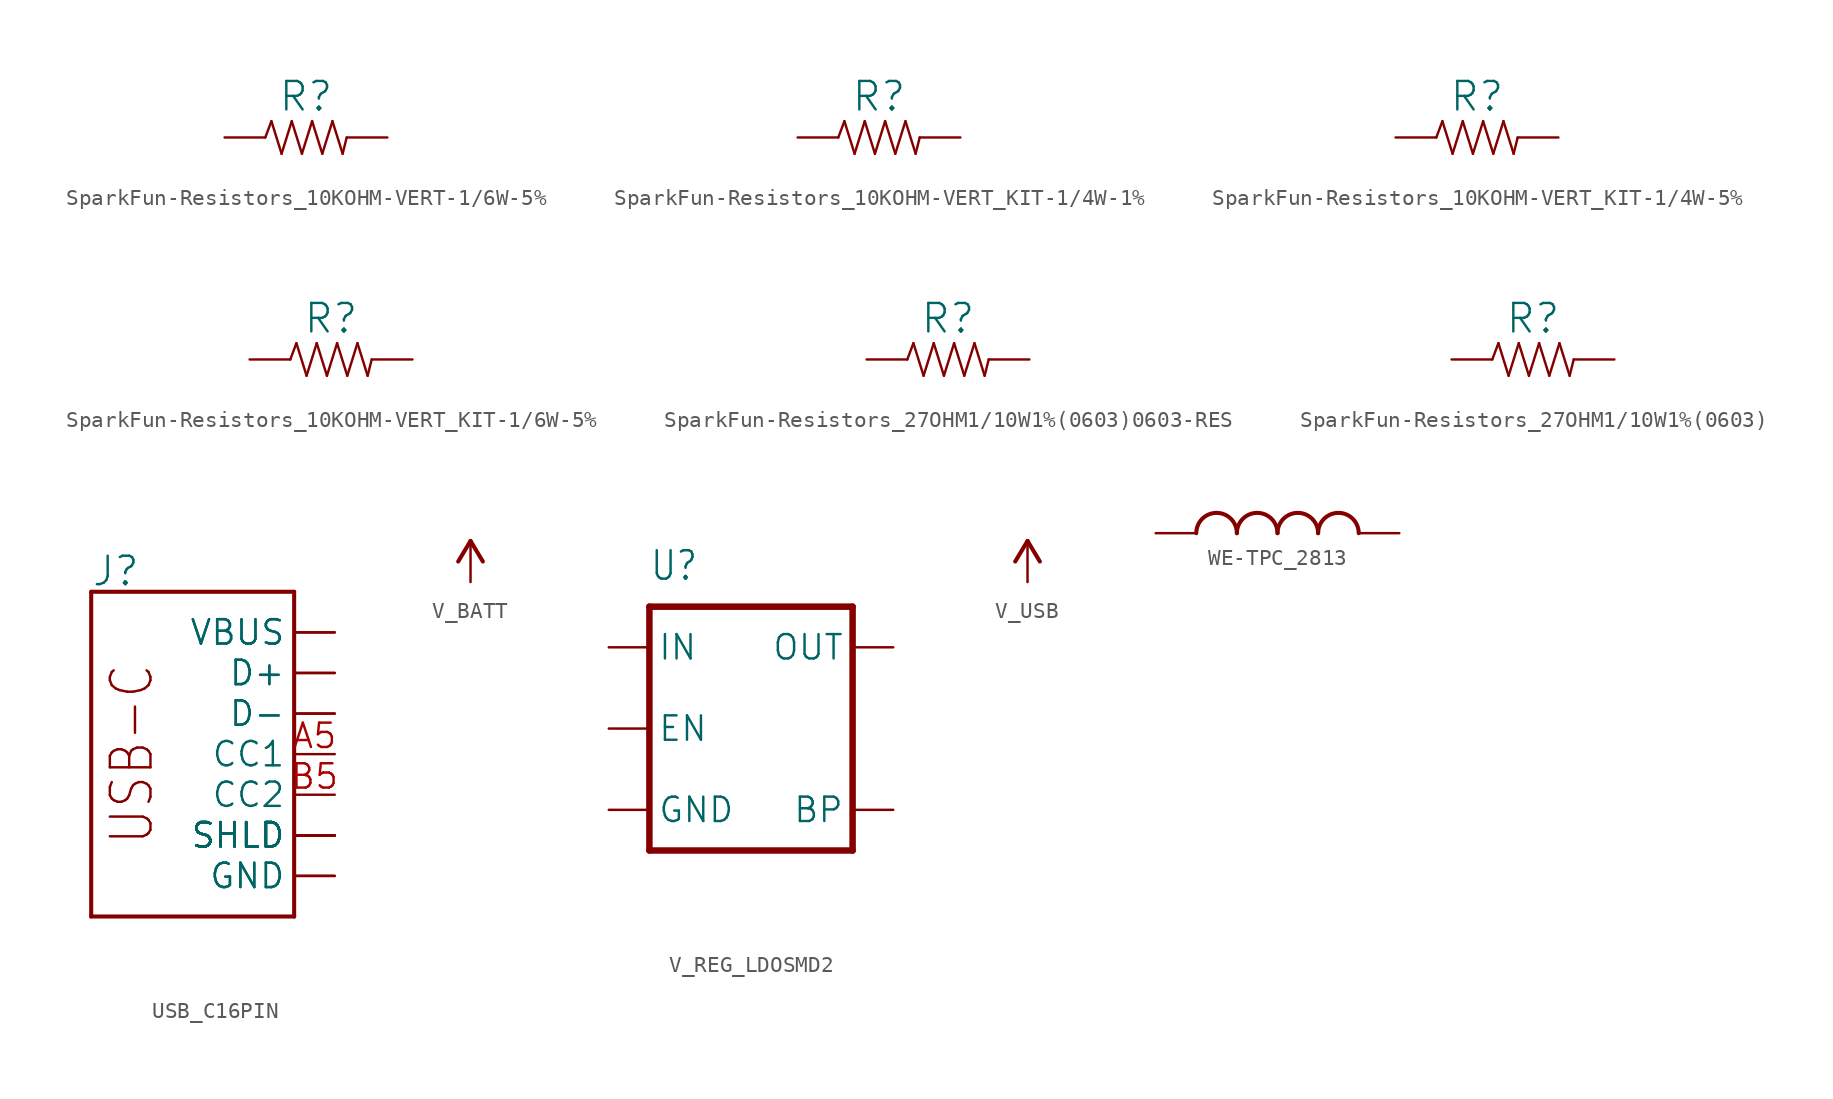
<source format=kicad_sym>
(kicad_symbol_lib
  (version 20241209)
  (generator "kicad_symbol_editor")
  (generator_version "9.0")
  (symbol "SparkFun-Resistors_10KOHM-VERT-1/6W-5%"
    (property "Reference" "R"
      (at 0 1.524 0)
      (effects (font (size 1.778 1.778)) (justify bottom)))
    (property "Value" ""
      (at 0 -1.524 0)
      (effects (font (size 1.778 1.778)) (justify top)))
    (property "ki_locked" ""
      (at 0 0 0)
      (effects (font (size 1.27 1.27))))
    (symbol "SparkFun-Resistors_10KOHM-VERT-1/6W-5%_1_0"
      (polyline (pts (xy -2.54 0) (xy -2.159 1.016)) (stroke (width 0.152) (type solid)) (fill (type none)))
      (polyline (pts (xy -2.159 1.016) (xy -1.524 -1.016)) (stroke (width 0.152) (type solid)) (fill (type none)))
      (polyline (pts (xy -1.524 -1.016) (xy -0.889 1.016)) (stroke (width 0.152) (type solid)) (fill (type none)))
      (polyline (pts (xy -0.889 1.016) (xy -0.254 -1.016)) (stroke (width 0.152) (type solid)) (fill (type none)))
      (polyline (pts (xy -0.254 -1.016) (xy 0.381 1.016)) (stroke (width 0.152) (type solid)) (fill (type none)))
      (polyline (pts (xy 0.381 1.016) (xy 1.016 -1.016)) (stroke (width 0.152) (type solid)) (fill (type none)))
      (polyline (pts (xy 1.016 -1.016) (xy 1.651 1.016)) (stroke (width 0.152) (type solid)) (fill (type none)))
      (polyline (pts (xy 1.651 1.016) (xy 2.286 -1.016)) (stroke (width 0.152) (type solid)) (fill (type none)))
      (polyline (pts (xy 2.286 -1.016) (xy 2.54 0)) (stroke (width 0.152) (type solid)) (fill (type none)))
      (pin passive line (at -5.08 0 0) (length 2.54) (name "1" (effects (font (size 0 0)))) (number "P$1" (effects (font (size 0 0)))))
      (pin passive line (at 5.08 0 180) (length 2.54) (name "2" (effects (font (size 0 0)))) (number "P$2" (effects (font (size 0 0)))))))
  (symbol "SparkFun-Resistors_10KOHM-VERT_KIT-1/4W-1%"
    (property "Reference" "R"
      (at 0 1.524 0)
      (effects (font (size 1.778 1.778)) (justify bottom)))
    (property "Value" ""
      (at 0 -1.524 0)
      (effects (font (size 1.778 1.778)) (justify top)))
    (property "ki_locked" ""
      (at 0 0 0)
      (effects (font (size 1.27 1.27))))
    (symbol "SparkFun-Resistors_10KOHM-VERT_KIT-1/4W-1%_1_0"
      (polyline (pts (xy -2.54 0) (xy -2.159 1.016)) (stroke (width 0.152) (type solid)) (fill (type none)))
      (polyline (pts (xy -2.159 1.016) (xy -1.524 -1.016)) (stroke (width 0.152) (type solid)) (fill (type none)))
      (polyline (pts (xy -1.524 -1.016) (xy -0.889 1.016)) (stroke (width 0.152) (type solid)) (fill (type none)))
      (polyline (pts (xy -0.889 1.016) (xy -0.254 -1.016)) (stroke (width 0.152) (type solid)) (fill (type none)))
      (polyline (pts (xy -0.254 -1.016) (xy 0.381 1.016)) (stroke (width 0.152) (type solid)) (fill (type none)))
      (polyline (pts (xy 0.381 1.016) (xy 1.016 -1.016)) (stroke (width 0.152) (type solid)) (fill (type none)))
      (polyline (pts (xy 1.016 -1.016) (xy 1.651 1.016)) (stroke (width 0.152) (type solid)) (fill (type none)))
      (polyline (pts (xy 1.651 1.016) (xy 2.286 -1.016)) (stroke (width 0.152) (type solid)) (fill (type none)))
      (polyline (pts (xy 2.286 -1.016) (xy 2.54 0)) (stroke (width 0.152) (type solid)) (fill (type none)))
      (pin passive line (at -5.08 0 0) (length 2.54) (name "1" (effects (font (size 0 0)))) (number "P$1" (effects (font (size 0 0)))))
      (pin passive line (at 5.08 0 180) (length 2.54) (name "2" (effects (font (size 0 0)))) (number "P$2" (effects (font (size 0 0)))))))
  (symbol "SparkFun-Resistors_10KOHM-VERT_KIT-1/4W-5%"
    (property "Reference" "R"
      (at 0 1.524 0)
      (effects (font (size 1.778 1.778)) (justify bottom)))
    (property "Value" ""
      (at 0 -1.524 0)
      (effects (font (size 1.778 1.778)) (justify top)))
    (property "ki_locked" ""
      (at 0 0 0)
      (effects (font (size 1.27 1.27))))
    (symbol "SparkFun-Resistors_10KOHM-VERT_KIT-1/4W-5%_1_0"
      (polyline (pts (xy -2.54 0) (xy -2.159 1.016)) (stroke (width 0.152) (type solid)) (fill (type none)))
      (polyline (pts (xy -2.159 1.016) (xy -1.524 -1.016)) (stroke (width 0.152) (type solid)) (fill (type none)))
      (polyline (pts (xy -1.524 -1.016) (xy -0.889 1.016)) (stroke (width 0.152) (type solid)) (fill (type none)))
      (polyline (pts (xy -0.889 1.016) (xy -0.254 -1.016)) (stroke (width 0.152) (type solid)) (fill (type none)))
      (polyline (pts (xy -0.254 -1.016) (xy 0.381 1.016)) (stroke (width 0.152) (type solid)) (fill (type none)))
      (polyline (pts (xy 0.381 1.016) (xy 1.016 -1.016)) (stroke (width 0.152) (type solid)) (fill (type none)))
      (polyline (pts (xy 1.016 -1.016) (xy 1.651 1.016)) (stroke (width 0.152) (type solid)) (fill (type none)))
      (polyline (pts (xy 1.651 1.016) (xy 2.286 -1.016)) (stroke (width 0.152) (type solid)) (fill (type none)))
      (polyline (pts (xy 2.286 -1.016) (xy 2.54 0)) (stroke (width 0.152) (type solid)) (fill (type none)))
      (pin passive line (at -5.08 0 0) (length 2.54) (name "1" (effects (font (size 0 0)))) (number "P$1" (effects (font (size 0 0)))))
      (pin passive line (at 5.08 0 180) (length 2.54) (name "2" (effects (font (size 0 0)))) (number "P$2" (effects (font (size 0 0)))))))
  (symbol "SparkFun-Resistors_10KOHM-VERT_KIT-1/6W-5%"
    (property "Reference" "R"
      (at 0 1.524 0)
      (effects (font (size 1.778 1.778)) (justify bottom)))
    (property "Value" ""
      (at 0 -1.524 0)
      (effects (font (size 1.778 1.778)) (justify top)))
    (property "ki_locked" ""
      (at 0 0 0)
      (effects (font (size 1.27 1.27))))
    (symbol "SparkFun-Resistors_10KOHM-VERT_KIT-1/6W-5%_1_0"
      (polyline (pts (xy -2.54 0) (xy -2.159 1.016)) (stroke (width 0.152) (type solid)) (fill (type none)))
      (polyline (pts (xy -2.159 1.016) (xy -1.524 -1.016)) (stroke (width 0.152) (type solid)) (fill (type none)))
      (polyline (pts (xy -1.524 -1.016) (xy -0.889 1.016)) (stroke (width 0.152) (type solid)) (fill (type none)))
      (polyline (pts (xy -0.889 1.016) (xy -0.254 -1.016)) (stroke (width 0.152) (type solid)) (fill (type none)))
      (polyline (pts (xy -0.254 -1.016) (xy 0.381 1.016)) (stroke (width 0.152) (type solid)) (fill (type none)))
      (polyline (pts (xy 0.381 1.016) (xy 1.016 -1.016)) (stroke (width 0.152) (type solid)) (fill (type none)))
      (polyline (pts (xy 1.016 -1.016) (xy 1.651 1.016)) (stroke (width 0.152) (type solid)) (fill (type none)))
      (polyline (pts (xy 1.651 1.016) (xy 2.286 -1.016)) (stroke (width 0.152) (type solid)) (fill (type none)))
      (polyline (pts (xy 2.286 -1.016) (xy 2.54 0)) (stroke (width 0.152) (type solid)) (fill (type none)))
      (pin passive line (at -5.08 0 0) (length 2.54) (name "1" (effects (font (size 0 0)))) (number "P$1" (effects (font (size 0 0)))))
      (pin passive line (at 5.08 0 180) (length 2.54) (name "2" (effects (font (size 0 0)))) (number "P$2" (effects (font (size 0 0)))))))
  (symbol "SparkFun-Resistors_27OHM1/10W1%(0603)0603-RES"
    (property "Reference" "R"
      (at 0 1.524 0)
      (effects (font (size 1.778 1.778)) (justify bottom)))
    (property "Value" ""
      (at 0 -1.524 0)
      (effects (font (size 1.778 1.778)) (justify top)))
    (property "ki_locked" ""
      (at 0 0 0)
      (effects (font (size 1.27 1.27))))
    (symbol "SparkFun-Resistors_27OHM1/10W1%(0603)0603-RES_1_0"
      (polyline (pts (xy -2.54 0) (xy -2.159 1.016)) (stroke (width 0.152) (type solid)) (fill (type none)))
      (polyline (pts (xy -2.159 1.016) (xy -1.524 -1.016)) (stroke (width 0.152) (type solid)) (fill (type none)))
      (polyline (pts (xy -1.524 -1.016) (xy -0.889 1.016)) (stroke (width 0.152) (type solid)) (fill (type none)))
      (polyline (pts (xy -0.889 1.016) (xy -0.254 -1.016)) (stroke (width 0.152) (type solid)) (fill (type none)))
      (polyline (pts (xy -0.254 -1.016) (xy 0.381 1.016)) (stroke (width 0.152) (type solid)) (fill (type none)))
      (polyline (pts (xy 0.381 1.016) (xy 1.016 -1.016)) (stroke (width 0.152) (type solid)) (fill (type none)))
      (polyline (pts (xy 1.016 -1.016) (xy 1.651 1.016)) (stroke (width 0.152) (type solid)) (fill (type none)))
      (polyline (pts (xy 1.651 1.016) (xy 2.286 -1.016)) (stroke (width 0.152) (type solid)) (fill (type none)))
      (polyline (pts (xy 2.286 -1.016) (xy 2.54 0)) (stroke (width 0.152) (type solid)) (fill (type none)))
      (pin passive line (at -5.08 0 0) (length 2.54) (name "1" (effects (font (size 0 0)))) (number "1" (effects (font (size 0 0)))))
      (pin passive line (at 5.08 0 180) (length 2.54) (name "2" (effects (font (size 0 0)))) (number "2" (effects (font (size 0 0)))))))
  (symbol "SparkFun-Resistors_27OHM1/10W1%(0603)"
    (property "Reference" "R"
      (at 0 1.524 0)
      (effects (font (size 1.778 1.778)) (justify bottom)))
    (property "Value" ""
      (at 0 -1.524 0)
      (effects (font (size 1.778 1.778)) (justify top)))
    (property "ki_locked" ""
      (at 0 0 0)
      (effects (font (size 1.27 1.27))))
    (symbol "SparkFun-Resistors_27OHM1/10W1%(0603)_1_0"
      (polyline (pts (xy -2.54 0) (xy -2.159 1.016)) (stroke (width 0.152) (type solid)) (fill (type none)))
      (polyline (pts (xy -2.159 1.016) (xy -1.524 -1.016)) (stroke (width 0.152) (type solid)) (fill (type none)))
      (polyline (pts (xy -1.524 -1.016) (xy -0.889 1.016)) (stroke (width 0.152) (type solid)) (fill (type none)))
      (polyline (pts (xy -0.889 1.016) (xy -0.254 -1.016)) (stroke (width 0.152) (type solid)) (fill (type none)))
      (polyline (pts (xy -0.254 -1.016) (xy 0.381 1.016)) (stroke (width 0.152) (type solid)) (fill (type none)))
      (polyline (pts (xy 0.381 1.016) (xy 1.016 -1.016)) (stroke (width 0.152) (type solid)) (fill (type none)))
      (polyline (pts (xy 1.016 -1.016) (xy 1.651 1.016)) (stroke (width 0.152) (type solid)) (fill (type none)))
      (polyline (pts (xy 1.651 1.016) (xy 2.286 -1.016)) (stroke (width 0.152) (type solid)) (fill (type none)))
      (polyline (pts (xy 2.286 -1.016) (xy 2.54 0)) (stroke (width 0.152) (type solid)) (fill (type none)))
      (pin passive line (at -5.08 0 0) (length 2.54) (name "1" (effects (font (size 0 0)))) (number "1" (effects (font (size 0 0)))))
      (pin passive line (at 5.08 0 180) (length 2.54) (name "2" (effects (font (size 0 0)))) (number "2" (effects (font (size 0 0)))))))
  (symbol "USB_C16PIN"
    (property "Reference" "J"
      (at -2.54 10.414 0)
      (effects (font (size 1.778 1.778)) (justify left bottom)))
    (property "Value" ""
      (at -2.54 -12.446 0)
      (effects (font (size 1.778 1.778)) (justify left bottom)))
    (property "ki_locked" ""
      (at 0 0 0)
      (effects (font (size 1.27 1.27))))
    (symbol "USB_C16PIN_1_0"
      (polyline (pts (xy -2.54 -10.16) (xy -2.54 10.16)) (stroke (width 0.254) (type solid)) (fill (type none)))
      (polyline (pts (xy -2.54 -10.16) (xy 10.16 -10.16)) (stroke (width 0.254) (type solid)) (fill (type none)))
      (polyline (pts (xy 10.16 10.16) (xy -2.54 10.16)) (stroke (width 0.254) (type solid)) (fill (type none)))
      (polyline (pts (xy 10.16 -10.16) (xy 10.16 10.16)) (stroke (width 0.254) (type solid)) (fill (type none)))
      (text "USB-C" (at 0 0 900) (effects (font (size 2.54 2.159))))
      (pin bidirectional line (at 12.7 7.62 180) (length 2.54) (name "VBUS" (effects (font (size 1.524 1.524)))) (number "VBUS1" (effects (font (size 0 0)))))
      (pin bidirectional line (at 12.7 7.62 180) (length 2.54) (name "VBUS" (effects (font (size 1.524 1.524)))) (number "VBUS2" (effects (font (size 0 0)))))
      (pin bidirectional line (at 12.7 5.08 180) (length 2.54) (name "D+" (effects (font (size 1.524 1.524)))) (number "A6" (effects (font (size 0 0)))))
      (pin bidirectional line (at 12.7 5.08 180) (length 2.54) (name "D+" (effects (font (size 1.524 1.524)))) (number "B6" (effects (font (size 0 0)))))
      (pin bidirectional line (at 12.7 2.54 180) (length 2.54) (name "D-" (effects (font (size 1.524 1.524)))) (number "A7" (effects (font (size 0 0)))))
      (pin bidirectional line (at 12.7 2.54 180) (length 2.54) (name "D-" (effects (font (size 1.524 1.524)))) (number "B7" (effects (font (size 0 0)))))
      (pin bidirectional line (at 12.7 0 180) (length 2.54) (name "CC1" (effects (font (size 1.524 1.524)))) (number "A5" (effects (font (size 1.524 1.524)))))
      (pin bidirectional line (at 12.7 -2.54 180) (length 2.54) (name "CC2" (effects (font (size 1.524 1.524)))) (number "B5" (effects (font (size 1.524 1.524)))))
      (pin bidirectional line (at 12.7 -5.08 180) (length 2.54) (name "SHLD" (effects (font (size 1.524 1.524)))) (number "SHLD1" (effects (font (size 0 0)))))
      (pin bidirectional line (at 12.7 -5.08 180) (length 2.54) (name "SHLD" (effects (font (size 1.524 1.524)))) (number "SHLD2" (effects (font (size 0 0)))))
      (pin bidirectional line (at 12.7 -5.08 180) (length 2.54) (name "SHLD" (effects (font (size 1.524 1.524)))) (number "SHLD3" (effects (font (size 0 0)))))
      (pin bidirectional line (at 12.7 -5.08 180) (length 2.54) (name "SHLD" (effects (font (size 1.524 1.524)))) (number "SHLD4" (effects (font (size 0 0)))))
      (pin bidirectional line (at 12.7 -5.08 180) (length 2.54) (name "SHLD" (effects (font (size 1.524 1.524)))) (number "SHLD5" (effects (font (size 0 0)))))
      (pin bidirectional line (at 12.7 -5.08 180) (length 2.54) (name "SHLD" (effects (font (size 1.524 1.524)))) (number "SHLD6" (effects (font (size 0 0)))))
      (pin bidirectional line (at 12.7 -5.08 180) (length 2.54) (name "SHLD" (effects (font (size 1.524 1.524)))) (number "SHLD7" (effects (font (size 0 0)))))
      (pin bidirectional line (at 12.7 -5.08 180) (length 2.54) (name "SHLD" (effects (font (size 1.524 1.524)))) (number "SHLD8" (effects (font (size 0 0)))))
      (pin bidirectional line (at 12.7 -7.62 180) (length 2.54) (name "GND" (effects (font (size 1.524 1.524)))) (number "GND" (effects (font (size 0 0)))))
      (pin bidirectional line (at 12.7 -7.62 180) (length 2.54) (name "GND" (effects (font (size 1.524 1.524)))) (number "GND2" (effects (font (size 0 0)))))))
  (symbol "V_BATT"
    (power)
    (property "Reference" "#SUPPLY"
      (at 0 0 0)
      (effects (font (size 1.27 1.27)) (hide yes)))
    (property "Value" ""
      (at -1.016 3.556 0)
      (effects (font (size 1.778 1.511)) (justify left bottom)))
    (property "ki_locked" ""
      (at 0 0 0)
      (effects (font (size 1.27 1.27))))
    (symbol "V_BATT_1_0"
      (polyline (pts (xy 0 2.54) (xy -0.762 1.27)) (stroke (width 0.254) (type solid)) (fill (type none)))
      (polyline (pts (xy 0.762 1.27) (xy 0 2.54)) (stroke (width 0.254) (type solid)) (fill (type none)))
      (pin power_in line (at 0 0 90) (length 2.54) (name "V_BATT" (effects (font (size 0 0)))) (number "1" (effects (font (size 0 0)))))))
  (symbol "V_REG_LDOSMD2"
    (property "Reference" "U"
      (at -7.62 9.144 0)
      (effects (font (size 1.778 1.511)) (justify left bottom)))
    (property "Value" ""
      (at -7.62 -11.43 0)
      (effects (font (size 1.778 1.511)) (justify left bottom)))
    (property "ki_locked" ""
      (at 0 0 0)
      (effects (font (size 1.27 1.27))))
    (symbol "V_REG_LDOSMD2_1_0"
      (polyline (pts (xy -7.62 7.62) (xy -7.62 -7.62)) (stroke (width 0.406) (type solid)) (fill (type none)))
      (polyline (pts (xy -7.62 -7.62) (xy 5.08 -7.62)) (stroke (width 0.406) (type solid)) (fill (type none)))
      (polyline (pts (xy 5.08 7.62) (xy -7.62 7.62)) (stroke (width 0.406) (type solid)) (fill (type none)))
      (polyline (pts (xy 5.08 -7.62) (xy 5.08 7.62)) (stroke (width 0.406) (type solid)) (fill (type none)))
      (pin input line (at -10.16 5.08 0) (length 2.54) (name "IN" (effects (font (size 1.524 1.524)))) (number "1" (effects (font (size 0 0)))))
      (pin input line (at -10.16 0 0) (length 2.54) (name "EN" (effects (font (size 1.524 1.524)))) (number "3" (effects (font (size 0 0)))))
      (pin input line (at -10.16 -5.08 0) (length 2.54) (name "GND" (effects (font (size 1.524 1.524)))) (number "2" (effects (font (size 0 0)))))
      (pin passive line (at 7.62 5.08 180) (length 2.54) (name "OUT" (effects (font (size 1.524 1.524)))) (number "5" (effects (font (size 0 0)))))
      (pin input line (at 7.62 -5.08 180) (length 2.54) (name "BP" (effects (font (size 1.524 1.524)))) (number "4" (effects (font (size 0 0)))))))
  (symbol "V_USB"
    (power)
    (property "Reference" "#SUPPLY"
      (at 0 0 0)
      (effects (font (size 1.27 1.27)) (hide yes)))
    (property "Value" ""
      (at -1.016 3.556 0)
      (effects (font (size 1.778 1.511)) (justify left bottom)))
    (property "ki_locked" ""
      (at 0 0 0)
      (effects (font (size 1.27 1.27))))
    (symbol "V_USB_1_0"
      (polyline (pts (xy 0 2.54) (xy -0.762 1.27)) (stroke (width 0.254) (type solid)) (fill (type none)))
      (polyline (pts (xy 0.762 1.27) (xy 0 2.54)) (stroke (width 0.254) (type solid)) (fill (type none)))
      (pin power_in line (at 0 0 90) (length 2.54) (name "V_USB" (effects (font (size 0 0)))) (number "1" (effects (font (size 0 0)))))))
  (symbol "WE-TPC_2813"
    (property "Reference" "L"
      (at -2.54 5.08 0)
      (effects (font (size 1.27 1.079)) (justify left bottom) (hide yes)))
    (property "ki_locked" ""
      (at 0 0 0)
      (effects (font (size 1.27 1.27))))
    (symbol "WE-TPC_2813_1_0"
      (arc (start -5.08 0) (mid -3.81 1.27) (end -2.54 0) (stroke (width 0.254) (type solid)) (fill (type none)))
      (arc (start -2.54 0) (mid -1.27 1.27) (end 0 0) (stroke (width 0.254) (type solid)) (fill (type none)))
      (arc (start 0 0) (mid 1.27 1.27) (end 2.54 0) (stroke (width 0.254) (type solid)) (fill (type none)))
      (arc (start 2.54 0) (mid 3.81 1.27) (end 5.08 0) (stroke (width 0.254) (type solid)) (fill (type none)))
      (pin passive line (at -7.62 0 0) (length 2.54) (name "1" (effects (font (size 0 0)))) (number "1" (effects (font (size 0 0)))))
      (pin passive line (at 7.62 0 180) (length 2.54) (name "2" (effects (font (size 0 0)))) (number "2" (effects (font (size 0 0))))))))
</source>
